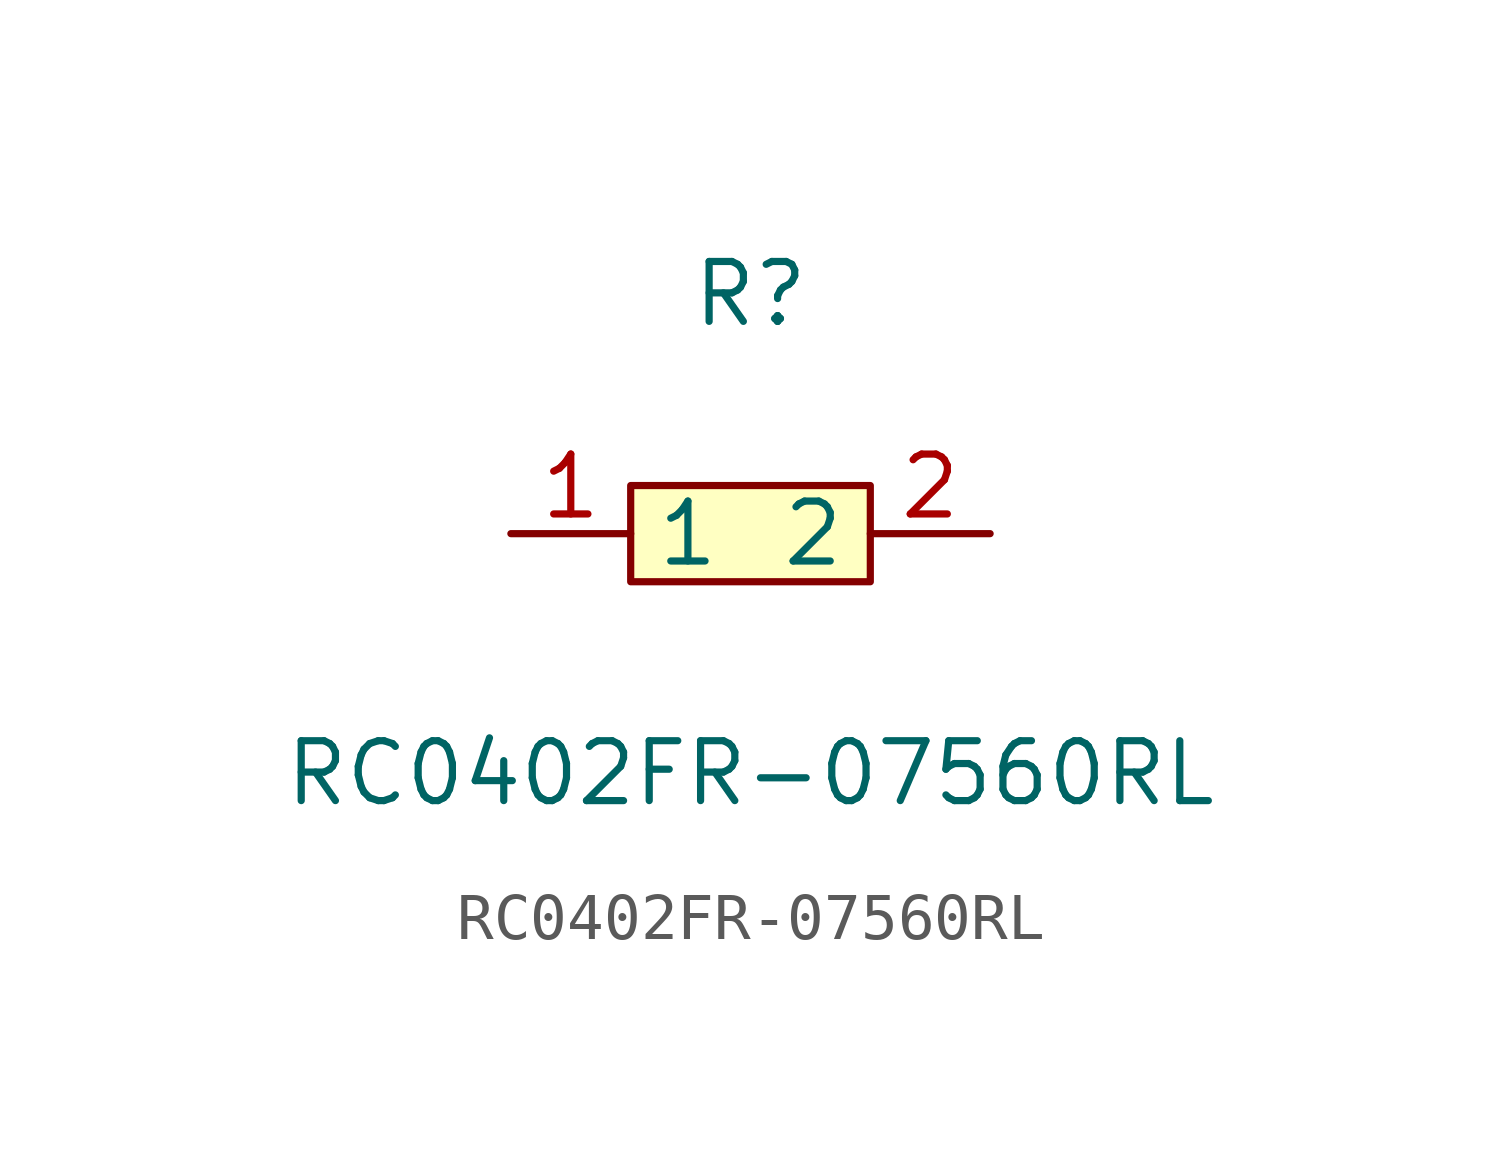
<source format=kicad_sym>
(kicad_symbol_lib
  (version 1)
  (generator "faebryk")
  (symbol "RC0402FR-07560RL"
    (property "Reference" "R"
      (at 0 5.08 0)
      (effects (font (size 1.27 1.27)) (hide no)))
    (property "Value" "RC0402FR-07560RL"
      (at 0 -5.08 0)
      (effects (font (size 1.27 1.27)) (hide no)))
    (symbol "RC0402FR-07560RL_0_1"
      (rectangle (start -2.54 1.02) (end 2.54 -1.02) (stroke (width 0) (type default) (color 0 0 0 0)) (fill (type background)))
      (pin unspecified line (at 5.08 0 180) (length 2.54) (name "2" (effects (font (size 1.27 1.27)) (hide no))) (number "2" (effects (font (size 1.27 1.27)) (hide no))))
      (pin unspecified line (at -5.08 0 0) (length 2.54) (name "1" (effects (font (size 1.27 1.27)) (hide no))) (number "1" (effects (font (size 1.27 1.27)) (hide no)))))))
</source>
